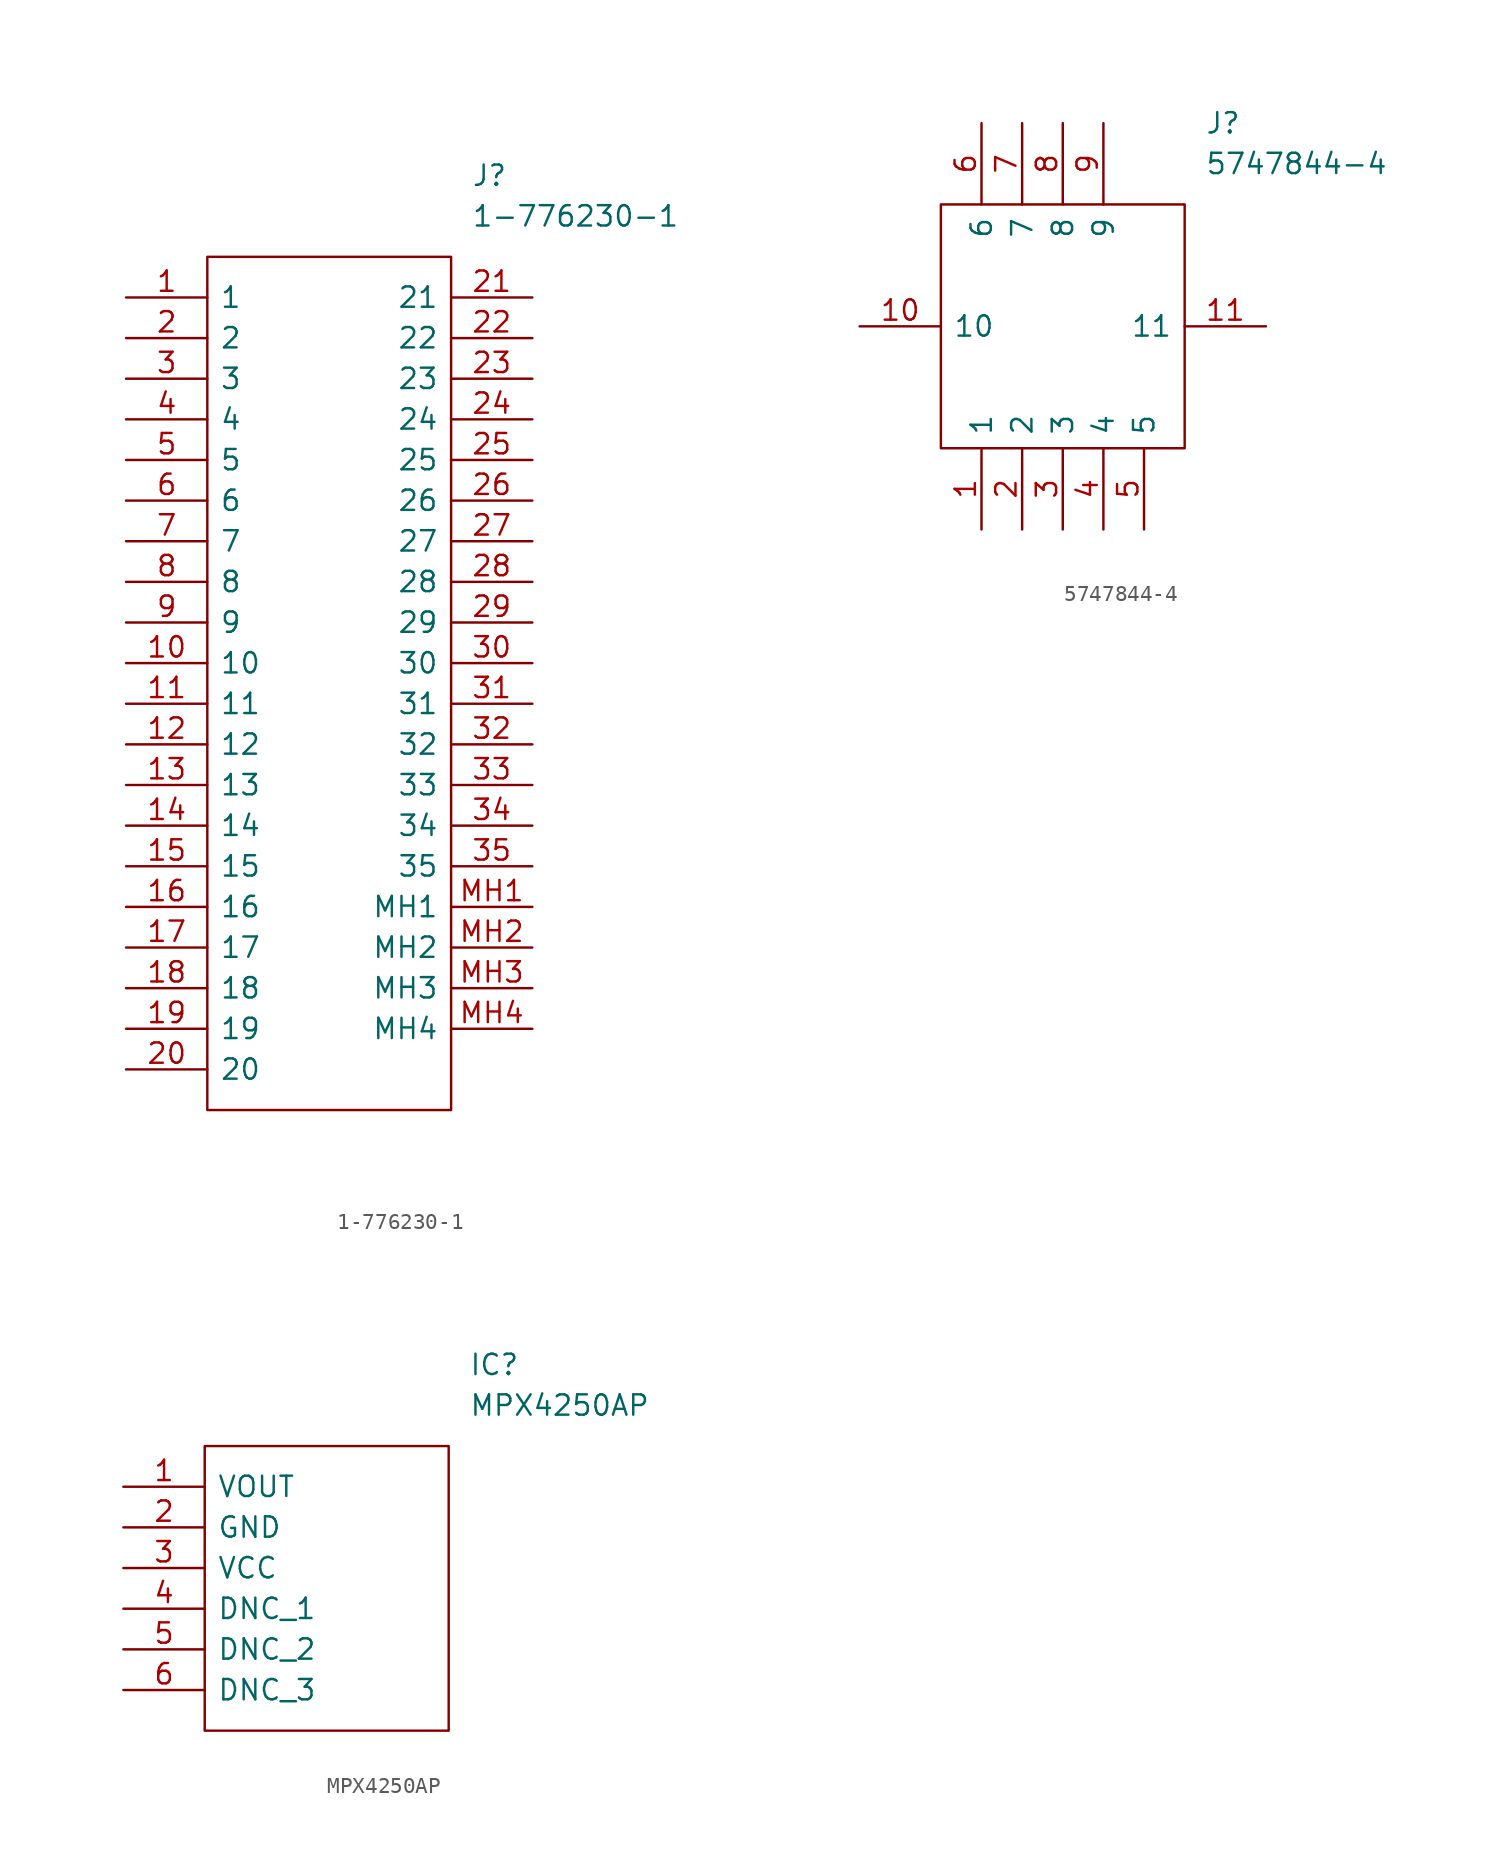
<source format=kicad_sym>
(kicad_symbol_lib
  (version 20211014)
  (generator kicad_symbol_editor)
  (symbol "1-776230-1"
    (pin_names
      (offset 0.762))
    (property "Reference" "J"
      (at 21.59 7.62 0)
      (effects (font (size 1.27 1.27)) (justify left)))
    (property "Value" "1-776230-1"
      (at 21.59 5.08 0)
      (effects (font (size 1.27 1.27)) (justify left)))
    (symbol "1-776230-1_0_0"
      (pin passive line (at 0 0 0) (length 5.08) (name "1" (effects (font (size 1.27 1.27)))) (number "1" (effects (font (size 1.27 1.27)))))
      (pin passive line (at 0 -22.86 0) (length 5.08) (name "10" (effects (font (size 1.27 1.27)))) (number "10" (effects (font (size 1.27 1.27)))))
      (pin passive line (at 0 -25.4 0) (length 5.08) (name "11" (effects (font (size 1.27 1.27)))) (number "11" (effects (font (size 1.27 1.27)))))
      (pin passive line (at 0 -27.94 0) (length 5.08) (name "12" (effects (font (size 1.27 1.27)))) (number "12" (effects (font (size 1.27 1.27)))))
      (pin passive line (at 0 -30.48 0) (length 5.08) (name "13" (effects (font (size 1.27 1.27)))) (number "13" (effects (font (size 1.27 1.27)))))
      (pin passive line (at 0 -33.02 0) (length 5.08) (name "14" (effects (font (size 1.27 1.27)))) (number "14" (effects (font (size 1.27 1.27)))))
      (pin passive line (at 0 -35.56 0) (length 5.08) (name "15" (effects (font (size 1.27 1.27)))) (number "15" (effects (font (size 1.27 1.27)))))
      (pin passive line (at 0 -38.1 0) (length 5.08) (name "16" (effects (font (size 1.27 1.27)))) (number "16" (effects (font (size 1.27 1.27)))))
      (pin passive line (at 0 -40.64 0) (length 5.08) (name "17" (effects (font (size 1.27 1.27)))) (number "17" (effects (font (size 1.27 1.27)))))
      (pin passive line (at 0 -43.18 0) (length 5.08) (name "18" (effects (font (size 1.27 1.27)))) (number "18" (effects (font (size 1.27 1.27)))))
      (pin passive line (at 0 -45.72 0) (length 5.08) (name "19" (effects (font (size 1.27 1.27)))) (number "19" (effects (font (size 1.27 1.27)))))
      (pin passive line (at 0 -2.54 0) (length 5.08) (name "2" (effects (font (size 1.27 1.27)))) (number "2" (effects (font (size 1.27 1.27)))))
      (pin passive line (at 0 -48.26 0) (length 5.08) (name "20" (effects (font (size 1.27 1.27)))) (number "20" (effects (font (size 1.27 1.27)))))
      (pin passive line (at 25.4 0 180) (length 5.08) (name "21" (effects (font (size 1.27 1.27)))) (number "21" (effects (font (size 1.27 1.27)))))
      (pin passive line (at 25.4 -2.54 180) (length 5.08) (name "22" (effects (font (size 1.27 1.27)))) (number "22" (effects (font (size 1.27 1.27)))))
      (pin passive line (at 25.4 -5.08 180) (length 5.08) (name "23" (effects (font (size 1.27 1.27)))) (number "23" (effects (font (size 1.27 1.27)))))
      (pin passive line (at 25.4 -7.62 180) (length 5.08) (name "24" (effects (font (size 1.27 1.27)))) (number "24" (effects (font (size 1.27 1.27)))))
      (pin passive line (at 25.4 -10.16 180) (length 5.08) (name "25" (effects (font (size 1.27 1.27)))) (number "25" (effects (font (size 1.27 1.27)))))
      (pin passive line (at 25.4 -12.7 180) (length 5.08) (name "26" (effects (font (size 1.27 1.27)))) (number "26" (effects (font (size 1.27 1.27)))))
      (pin passive line (at 25.4 -15.24 180) (length 5.08) (name "27" (effects (font (size 1.27 1.27)))) (number "27" (effects (font (size 1.27 1.27)))))
      (pin passive line (at 25.4 -17.78 180) (length 5.08) (name "28" (effects (font (size 1.27 1.27)))) (number "28" (effects (font (size 1.27 1.27)))))
      (pin passive line (at 25.4 -20.32 180) (length 5.08) (name "29" (effects (font (size 1.27 1.27)))) (number "29" (effects (font (size 1.27 1.27)))))
      (pin passive line (at 0 -5.08 0) (length 5.08) (name "3" (effects (font (size 1.27 1.27)))) (number "3" (effects (font (size 1.27 1.27)))))
      (pin passive line (at 25.4 -22.86 180) (length 5.08) (name "30" (effects (font (size 1.27 1.27)))) (number "30" (effects (font (size 1.27 1.27)))))
      (pin passive line (at 25.4 -25.4 180) (length 5.08) (name "31" (effects (font (size 1.27 1.27)))) (number "31" (effects (font (size 1.27 1.27)))))
      (pin passive line (at 25.4 -27.94 180) (length 5.08) (name "32" (effects (font (size 1.27 1.27)))) (number "32" (effects (font (size 1.27 1.27)))))
      (pin passive line (at 25.4 -30.48 180) (length 5.08) (name "33" (effects (font (size 1.27 1.27)))) (number "33" (effects (font (size 1.27 1.27)))))
      (pin passive line (at 25.4 -33.02 180) (length 5.08) (name "34" (effects (font (size 1.27 1.27)))) (number "34" (effects (font (size 1.27 1.27)))))
      (pin passive line (at 25.4 -35.56 180) (length 5.08) (name "35" (effects (font (size 1.27 1.27)))) (number "35" (effects (font (size 1.27 1.27)))))
      (pin passive line (at 0 -7.62 0) (length 5.08) (name "4" (effects (font (size 1.27 1.27)))) (number "4" (effects (font (size 1.27 1.27)))))
      (pin passive line (at 0 -10.16 0) (length 5.08) (name "5" (effects (font (size 1.27 1.27)))) (number "5" (effects (font (size 1.27 1.27)))))
      (pin passive line (at 0 -12.7 0) (length 5.08) (name "6" (effects (font (size 1.27 1.27)))) (number "6" (effects (font (size 1.27 1.27)))))
      (pin passive line (at 0 -15.24 0) (length 5.08) (name "7" (effects (font (size 1.27 1.27)))) (number "7" (effects (font (size 1.27 1.27)))))
      (pin passive line (at 0 -17.78 0) (length 5.08) (name "8" (effects (font (size 1.27 1.27)))) (number "8" (effects (font (size 1.27 1.27)))))
      (pin passive line (at 0 -20.32 0) (length 5.08) (name "9" (effects (font (size 1.27 1.27)))) (number "9" (effects (font (size 1.27 1.27)))))
      (pin passive line (at 25.4 -38.1 180) (length 5.08) (name "MH1" (effects (font (size 1.27 1.27)))) (number "MH1" (effects (font (size 1.27 1.27)))))
      (pin passive line (at 25.4 -40.64 180) (length 5.08) (name "MH2" (effects (font (size 1.27 1.27)))) (number "MH2" (effects (font (size 1.27 1.27)))))
      (pin passive line (at 25.4 -43.18 180) (length 5.08) (name "MH3" (effects (font (size 1.27 1.27)))) (number "MH3" (effects (font (size 1.27 1.27)))))
      (pin passive line (at 25.4 -45.72 180) (length 5.08) (name "MH4" (effects (font (size 1.27 1.27)))) (number "MH4" (effects (font (size 1.27 1.27))))))
    (symbol "1-776230-1_0_1"
      (polyline (pts (xy 5.08 2.54) (xy 20.32 2.54) (xy 20.32 -50.8) (xy 5.08 -50.8) (xy 5.08 2.54)) (stroke (width 0.152) (type default) (color 0 0 0 0)) (fill (type none)))))
  (symbol "5747844-4"
    (pin_names
      (offset 0.762))
    (property "Reference" "J"
      (at 21.59 12.7 0)
      (effects (font (size 1.27 1.27)) (justify left)))
    (property "Value" "5747844-4"
      (at 21.59 10.16 0)
      (effects (font (size 1.27 1.27)) (justify left)))
    (symbol "5747844-4_0_0"
      (pin passive line (at 7.62 -12.7 90) (length 5.08) (name "1" (effects (font (size 1.27 1.27)))) (number "1" (effects (font (size 1.27 1.27)))))
      (pin passive line (at 0 0 0) (length 5.08) (name "10" (effects (font (size 1.27 1.27)))) (number "10" (effects (font (size 1.27 1.27)))))
      (pin passive line (at 25.4 0 180) (length 5.08) (name "11" (effects (font (size 1.27 1.27)))) (number "11" (effects (font (size 1.27 1.27)))))
      (pin passive line (at 10.16 -12.7 90) (length 5.08) (name "2" (effects (font (size 1.27 1.27)))) (number "2" (effects (font (size 1.27 1.27)))))
      (pin passive line (at 12.7 -12.7 90) (length 5.08) (name "3" (effects (font (size 1.27 1.27)))) (number "3" (effects (font (size 1.27 1.27)))))
      (pin passive line (at 15.24 -12.7 90) (length 5.08) (name "4" (effects (font (size 1.27 1.27)))) (number "4" (effects (font (size 1.27 1.27)))))
      (pin passive line (at 17.78 -12.7 90) (length 5.08) (name "5" (effects (font (size 1.27 1.27)))) (number "5" (effects (font (size 1.27 1.27)))))
      (pin passive line (at 7.62 12.7 270) (length 5.08) (name "6" (effects (font (size 1.27 1.27)))) (number "6" (effects (font (size 1.27 1.27)))))
      (pin passive line (at 10.16 12.7 270) (length 5.08) (name "7" (effects (font (size 1.27 1.27)))) (number "7" (effects (font (size 1.27 1.27)))))
      (pin passive line (at 12.7 12.7 270) (length 5.08) (name "8" (effects (font (size 1.27 1.27)))) (number "8" (effects (font (size 1.27 1.27)))))
      (pin passive line (at 15.24 12.7 270) (length 5.08) (name "9" (effects (font (size 1.27 1.27)))) (number "9" (effects (font (size 1.27 1.27))))))
    (symbol "5747844-4_0_1"
      (polyline (pts (xy 5.08 7.62) (xy 20.32 7.62) (xy 20.32 -7.62) (xy 5.08 -7.62) (xy 5.08 7.62)) (stroke (width 0.152) (type default) (color 0 0 0 0)) (fill (type none)))))
  (symbol "MPX4250AP"
    (pin_names
      (offset 0.762))
    (property "Reference" "IC"
      (at 21.59 7.62 0)
      (effects (font (size 1.27 1.27)) (justify left)))
    (property "Value" "MPX4250AP"
      (at 21.59 5.08 0)
      (effects (font (size 1.27 1.27)) (justify left)))
    (symbol "MPX4250AP_0_0"
      (pin passive line (at 0 0 0) (length 5.08) (name "VOUT" (effects (font (size 1.27 1.27)))) (number "1" (effects (font (size 1.27 1.27)))))
      (pin passive line (at 0 -2.54 0) (length 5.08) (name "GND" (effects (font (size 1.27 1.27)))) (number "2" (effects (font (size 1.27 1.27)))))
      (pin passive line (at 0 -5.08 0) (length 5.08) (name "VCC" (effects (font (size 1.27 1.27)))) (number "3" (effects (font (size 1.27 1.27)))))
      (pin passive line (at 0 -7.62 0) (length 5.08) (name "DNC_1" (effects (font (size 1.27 1.27)))) (number "4" (effects (font (size 1.27 1.27)))))
      (pin passive line (at 0 -10.16 0) (length 5.08) (name "DNC_2" (effects (font (size 1.27 1.27)))) (number "5" (effects (font (size 1.27 1.27)))))
      (pin passive line (at 0 -12.7 0) (length 5.08) (name "DNC_3" (effects (font (size 1.27 1.27)))) (number "6" (effects (font (size 1.27 1.27))))))
    (symbol "MPX4250AP_0_1"
      (polyline (pts (xy 5.08 2.54) (xy 20.32 2.54) (xy 20.32 -15.24) (xy 5.08 -15.24) (xy 5.08 2.54)) (stroke (width 0.152) (type default) (color 0 0 0 0)) (fill (type none))))))
</source>
